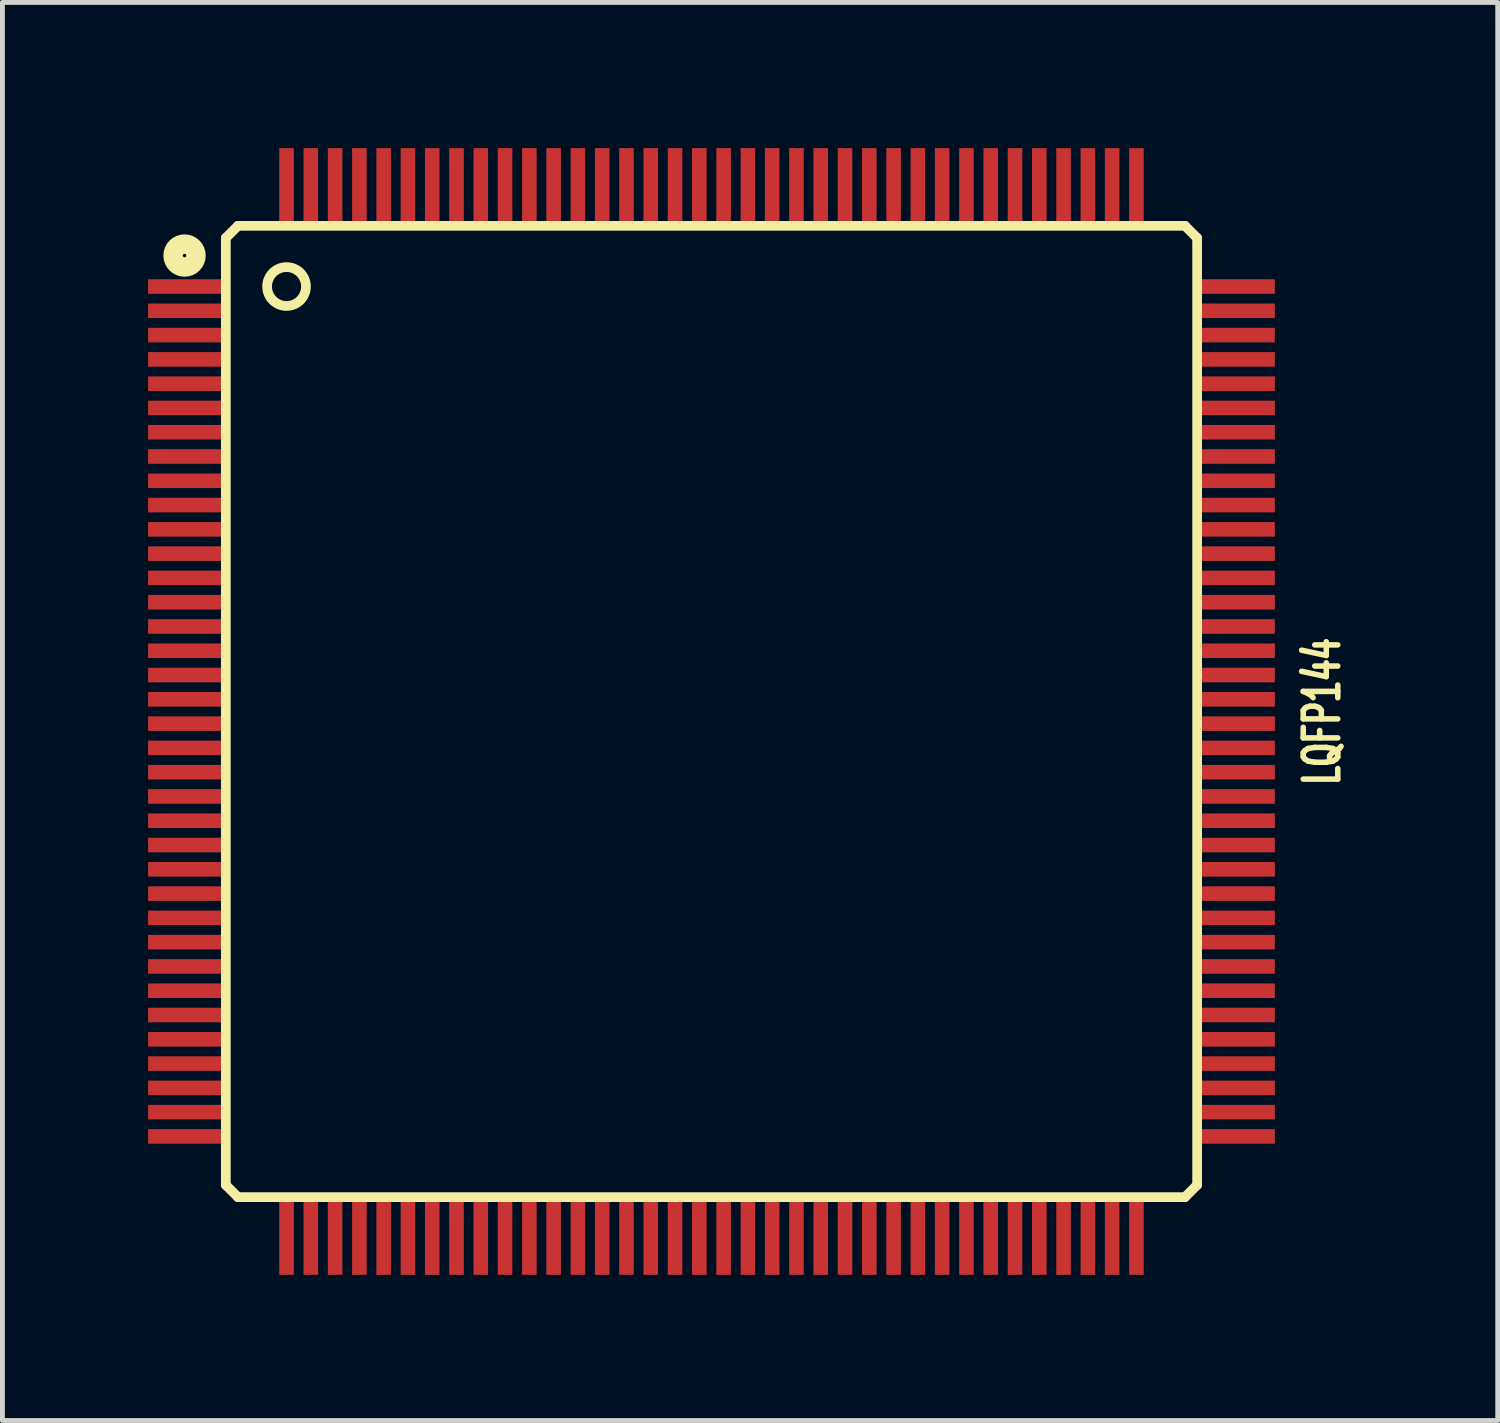
<source format=kicad_pcb>
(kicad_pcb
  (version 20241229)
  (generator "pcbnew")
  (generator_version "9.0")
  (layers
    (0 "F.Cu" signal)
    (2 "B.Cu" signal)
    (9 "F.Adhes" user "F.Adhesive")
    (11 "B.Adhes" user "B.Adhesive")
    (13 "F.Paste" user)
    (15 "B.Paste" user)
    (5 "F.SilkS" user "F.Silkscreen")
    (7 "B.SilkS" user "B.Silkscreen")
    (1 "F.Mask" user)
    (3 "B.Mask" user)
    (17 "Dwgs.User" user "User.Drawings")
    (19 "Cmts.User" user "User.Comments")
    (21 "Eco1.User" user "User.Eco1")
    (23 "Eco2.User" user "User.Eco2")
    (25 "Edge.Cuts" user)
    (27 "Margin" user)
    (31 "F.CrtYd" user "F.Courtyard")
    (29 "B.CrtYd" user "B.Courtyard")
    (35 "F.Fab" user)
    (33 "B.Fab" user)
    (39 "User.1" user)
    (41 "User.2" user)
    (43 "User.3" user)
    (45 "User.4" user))
  (footprint "LQFP144"
    (layer "F.Cu")
    (at 11.6 11.6)
    (property "Reference" "LQFP144" (at 12.573 0 90) (layer "F.SilkS") (effects (font (size 0.711 0.457) (thickness 0.114))))
    (attr through_hole)
    (fp_line (start -10 -9.75) (end -9.75 -10) (stroke (width 0.2) (type solid)) (layer "F.SilkS"))
    (fp_line (start -10 9.75) (end -10 -9.75) (stroke (width 0.2) (type solid)) (layer "F.SilkS"))
    (fp_line (start -9.75 -10) (end 9.75 -10) (stroke (width 0.2) (type solid)) (layer "F.SilkS"))
    (fp_line (start -9.75 10) (end -10 9.75) (stroke (width 0.2) (type solid)) (layer "F.SilkS"))
    (fp_line (start 9.75 -10) (end 10 -9.75) (stroke (width 0.2) (type solid)) (layer "F.SilkS"))
    (fp_line (start 9.75 10) (end -9.75 10) (stroke (width 0.2) (type solid)) (layer "F.SilkS"))
    (fp_line (start 10 -9.75) (end 10 9.75) (stroke (width 0.2) (type solid)) (layer "F.SilkS"))
    (fp_line (start 10 9.75) (end 9.75 10) (stroke (width 0.2) (type solid)) (layer "F.SilkS"))
    (fp_circle (center -10.85 -9.388) (end -10.85 -9.352) (stroke (width 0.4) (type solid)) (fill no) (layer "F.SilkS"))
    (fp_circle (center -8.75 -8.75) (end -8.35 -8.75) (stroke (width 0.2) (type solid)) (fill no) (layer "F.SilkS"))
    (pad "1" smd rect (at -10.85 -8.75) (size 1.5 0.3) (layers "F.Cu" "F.Mask" "F.Paste"))
    (pad "2" smd rect (at -10.85 -8.25) (size 1.5 0.3) (layers "F.Cu" "F.Mask" "F.Paste"))
    (pad "3" smd rect (at -10.85 -7.75) (size 1.5 0.3) (layers "F.Cu" "F.Mask" "F.Paste"))
    (pad "4" smd rect (at -10.85 -7.25) (size 1.5 0.3) (layers "F.Cu" "F.Mask" "F.Paste"))
    (pad "5" smd rect (at -10.85 -6.75) (size 1.5 0.3) (layers "F.Cu" "F.Mask" "F.Paste"))
    (pad "6" smd rect (at -10.85 -6.25) (size 1.5 0.3) (layers "F.Cu" "F.Mask" "F.Paste"))
    (pad "7" smd rect (at -10.85 -5.75) (size 1.5 0.3) (layers "F.Cu" "F.Mask" "F.Paste"))
    (pad "8" smd rect (at -10.85 -5.25) (size 1.5 0.3) (layers "F.Cu" "F.Mask" "F.Paste"))
    (pad "9" smd rect (at -10.85 -4.75) (size 1.5 0.3) (layers "F.Cu" "F.Mask" "F.Paste"))
    (pad "10" smd rect (at -10.85 -4.25) (size 1.5 0.3) (layers "F.Cu" "F.Mask" "F.Paste"))
    (pad "11" smd rect (at -10.85 -3.75) (size 1.5 0.3) (layers "F.Cu" "F.Mask" "F.Paste"))
    (pad "12" smd rect (at -10.85 -3.25) (size 1.5 0.3) (layers "F.Cu" "F.Mask" "F.Paste"))
    (pad "13" smd rect (at -10.85 -2.75) (size 1.5 0.3) (layers "F.Cu" "F.Mask" "F.Paste"))
    (pad "14" smd rect (at -10.85 -2.25) (size 1.5 0.3) (layers "F.Cu" "F.Mask" "F.Paste"))
    (pad "15" smd rect (at -10.85 -1.75) (size 1.5 0.3) (layers "F.Cu" "F.Mask" "F.Paste"))
    (pad "16" smd rect (at -10.85 -1.25) (size 1.5 0.3) (layers "F.Cu" "F.Mask" "F.Paste"))
    (pad "17" smd rect (at -10.85 -0.75) (size 1.5 0.3) (layers "F.Cu" "F.Mask" "F.Paste"))
    (pad "18" smd rect (at -10.85 -0.25) (size 1.5 0.3) (layers "F.Cu" "F.Mask" "F.Paste"))
    (pad "19" smd rect (at -10.85 0.25) (size 1.5 0.3) (layers "F.Cu" "F.Mask" "F.Paste"))
    (pad "20" smd rect (at -10.85 0.75) (size 1.5 0.3) (layers "F.Cu" "F.Mask" "F.Paste"))
    (pad "21" smd rect (at -10.85 1.25) (size 1.5 0.3) (layers "F.Cu" "F.Mask" "F.Paste"))
    (pad "22" smd rect (at -10.85 1.75) (size 1.5 0.3) (layers "F.Cu" "F.Mask" "F.Paste"))
    (pad "23" smd rect (at -10.85 2.25) (size 1.5 0.3) (layers "F.Cu" "F.Mask" "F.Paste"))
    (pad "24" smd rect (at -10.85 2.75) (size 1.5 0.3) (layers "F.Cu" "F.Mask" "F.Paste"))
    (pad "25" smd rect (at -10.85 3.25) (size 1.5 0.3) (layers "F.Cu" "F.Mask" "F.Paste"))
    (pad "26" smd rect (at -10.85 3.75) (size 1.5 0.3) (layers "F.Cu" "F.Mask" "F.Paste"))
    (pad "27" smd rect (at -10.85 4.25) (size 1.5 0.3) (layers "F.Cu" "F.Mask" "F.Paste"))
    (pad "28" smd rect (at -10.85 4.75) (size 1.5 0.3) (layers "F.Cu" "F.Mask" "F.Paste"))
    (pad "29" smd rect (at -10.85 5.25) (size 1.5 0.3) (layers "F.Cu" "F.Mask" "F.Paste"))
    (pad "30" smd rect (at -10.85 5.75) (size 1.5 0.3) (layers "F.Cu" "F.Mask" "F.Paste"))
    (pad "31" smd rect (at -10.85 6.25) (size 1.5 0.3) (layers "F.Cu" "F.Mask" "F.Paste"))
    (pad "32" smd rect (at -10.85 6.75) (size 1.5 0.3) (layers "F.Cu" "F.Mask" "F.Paste"))
    (pad "33" smd rect (at -10.85 7.25) (size 1.5 0.3) (layers "F.Cu" "F.Mask" "F.Paste"))
    (pad "34" smd rect (at -10.85 7.75) (size 1.5 0.3) (layers "F.Cu" "F.Mask" "F.Paste"))
    (pad "35" smd rect (at -10.85 8.25) (size 1.5 0.3) (layers "F.Cu" "F.Mask" "F.Paste"))
    (pad "36" smd rect (at -10.85 8.75) (size 1.5 0.3) (layers "F.Cu" "F.Mask" "F.Paste"))
    (pad "37" smd rect (at -8.75 10.85 90) (size 1.5 0.3) (layers "F.Cu" "F.Mask" "F.Paste"))
    (pad "38" smd rect (at -8.25 10.85 90) (size 1.5 0.3) (layers "F.Cu" "F.Mask" "F.Paste"))
    (pad "39" smd rect (at -7.75 10.85 90) (size 1.5 0.3) (layers "F.Cu" "F.Mask" "F.Paste"))
    (pad "40" smd rect (at -7.25 10.85 90) (size 1.5 0.3) (layers "F.Cu" "F.Mask" "F.Paste"))
    (pad "41" smd rect (at -6.75 10.85 90) (size 1.5 0.3) (layers "F.Cu" "F.Mask" "F.Paste"))
    (pad "42" smd rect (at -6.25 10.85 90) (size 1.5 0.3) (layers "F.Cu" "F.Mask" "F.Paste"))
    (pad "43" smd rect (at -5.75 10.85 90) (size 1.5 0.3) (layers "F.Cu" "F.Mask" "F.Paste"))
    (pad "44" smd rect (at -5.25 10.85 90) (size 1.5 0.3) (layers "F.Cu" "F.Mask" "F.Paste"))
    (pad "45" smd rect (at -4.75 10.85 90) (size 1.5 0.3) (layers "F.Cu" "F.Mask" "F.Paste"))
    (pad "46" smd rect (at -4.25 10.85 90) (size 1.5 0.3) (layers "F.Cu" "F.Mask" "F.Paste"))
    (pad "47" smd rect (at -3.75 10.85 90) (size 1.5 0.3) (layers "F.Cu" "F.Mask" "F.Paste"))
    (pad "48" smd rect (at -3.25 10.85 90) (size 1.5 0.3) (layers "F.Cu" "F.Mask" "F.Paste"))
    (pad "49" smd rect (at -2.75 10.85 90) (size 1.5 0.3) (layers "F.Cu" "F.Mask" "F.Paste"))
    (pad "50" smd rect (at -2.25 10.85 90) (size 1.5 0.3) (layers "F.Cu" "F.Mask" "F.Paste"))
    (pad "51" smd rect (at -1.75 10.85 90) (size 1.5 0.3) (layers "F.Cu" "F.Mask" "F.Paste"))
    (pad "52" smd rect (at -1.25 10.85 90) (size 1.5 0.3) (layers "F.Cu" "F.Mask" "F.Paste"))
    (pad "53" smd rect (at -0.75 10.85 90) (size 1.5 0.3) (layers "F.Cu" "F.Mask" "F.Paste"))
    (pad "54" smd rect (at -0.25 10.85 90) (size 1.5 0.3) (layers "F.Cu" "F.Mask" "F.Paste"))
    (pad "55" smd rect (at 0.25 10.85 90) (size 1.5 0.3) (layers "F.Cu" "F.Mask" "F.Paste"))
    (pad "56" smd rect (at 0.75 10.85 90) (size 1.5 0.3) (layers "F.Cu" "F.Mask" "F.Paste"))
    (pad "57" smd rect (at 1.25 10.85 90) (size 1.5 0.3) (layers "F.Cu" "F.Mask" "F.Paste"))
    (pad "58" smd rect (at 1.75 10.85 90) (size 1.5 0.3) (layers "F.Cu" "F.Mask" "F.Paste"))
    (pad "59" smd rect (at 2.25 10.85 90) (size 1.5 0.3) (layers "F.Cu" "F.Mask" "F.Paste"))
    (pad "60" smd rect (at 2.75 10.85 90) (size 1.5 0.3) (layers "F.Cu" "F.Mask" "F.Paste"))
    (pad "61" smd rect (at 3.25 10.85 90) (size 1.5 0.3) (layers "F.Cu" "F.Mask" "F.Paste"))
    (pad "62" smd rect (at 3.75 10.85 90) (size 1.5 0.3) (layers "F.Cu" "F.Mask" "F.Paste"))
    (pad "63" smd rect (at 4.25 10.85 90) (size 1.5 0.3) (layers "F.Cu" "F.Mask" "F.Paste"))
    (pad "64" smd rect (at 4.75 10.85 90) (size 1.5 0.3) (layers "F.Cu" "F.Mask" "F.Paste"))
    (pad "65" smd rect (at 5.25 10.85 90) (size 1.5 0.3) (layers "F.Cu" "F.Mask" "F.Paste"))
    (pad "66" smd rect (at 5.75 10.85 90) (size 1.5 0.3) (layers "F.Cu" "F.Mask" "F.Paste"))
    (pad "67" smd rect (at 6.25 10.85 90) (size 1.5 0.3) (layers "F.Cu" "F.Mask" "F.Paste"))
    (pad "68" smd rect (at 6.75 10.85 90) (size 1.5 0.3) (layers "F.Cu" "F.Mask" "F.Paste"))
    (pad "69" smd rect (at 7.25 10.85 90) (size 1.5 0.3) (layers "F.Cu" "F.Mask" "F.Paste"))
    (pad "70" smd rect (at 7.75 10.85 90) (size 1.5 0.3) (layers "F.Cu" "F.Mask" "F.Paste"))
    (pad "71" smd rect (at 8.25 10.85 90) (size 1.5 0.3) (layers "F.Cu" "F.Mask" "F.Paste"))
    (pad "72" smd rect (at 8.75 10.85 90) (size 1.5 0.3) (layers "F.Cu" "F.Mask" "F.Paste"))
    (pad "73" smd rect (at 10.85 8.75) (size 1.5 0.3) (layers "F.Cu" "F.Mask" "F.Paste"))
    (pad "74" smd rect (at 10.85 8.25) (size 1.5 0.3) (layers "F.Cu" "F.Mask" "F.Paste"))
    (pad "75" smd rect (at 10.85 7.75) (size 1.5 0.3) (layers "F.Cu" "F.Mask" "F.Paste"))
    (pad "76" smd rect (at 10.85 7.25) (size 1.5 0.3) (layers "F.Cu" "F.Mask" "F.Paste"))
    (pad "77" smd rect (at 10.85 6.75) (size 1.5 0.3) (layers "F.Cu" "F.Mask" "F.Paste"))
    (pad "78" smd rect (at 10.85 6.25) (size 1.5 0.3) (layers "F.Cu" "F.Mask" "F.Paste"))
    (pad "79" smd rect (at 10.85 5.75) (size 1.5 0.3) (layers "F.Cu" "F.Mask" "F.Paste"))
    (pad "80" smd rect (at 10.85 5.25) (size 1.5 0.3) (layers "F.Cu" "F.Mask" "F.Paste"))
    (pad "81" smd rect (at 10.85 4.75) (size 1.5 0.3) (layers "F.Cu" "F.Mask" "F.Paste"))
    (pad "82" smd rect (at 10.85 4.25) (size 1.5 0.3) (layers "F.Cu" "F.Mask" "F.Paste"))
    (pad "83" smd rect (at 10.85 3.75) (size 1.5 0.3) (layers "F.Cu" "F.Mask" "F.Paste"))
    (pad "84" smd rect (at 10.85 3.25) (size 1.5 0.3) (layers "F.Cu" "F.Mask" "F.Paste"))
    (pad "85" smd rect (at 10.85 2.75) (size 1.5 0.3) (layers "F.Cu" "F.Mask" "F.Paste"))
    (pad "86" smd rect (at 10.85 2.25) (size 1.5 0.3) (layers "F.Cu" "F.Mask" "F.Paste"))
    (pad "87" smd rect (at 10.85 1.75) (size 1.5 0.3) (layers "F.Cu" "F.Mask" "F.Paste"))
    (pad "88" smd rect (at 10.85 1.25) (size 1.5 0.3) (layers "F.Cu" "F.Mask" "F.Paste"))
    (pad "89" smd rect (at 10.85 0.75) (size 1.5 0.3) (layers "F.Cu" "F.Mask" "F.Paste"))
    (pad "90" smd rect (at 10.85 0.25) (size 1.5 0.3) (layers "F.Cu" "F.Mask" "F.Paste"))
    (pad "91" smd rect (at 10.85 -0.25) (size 1.5 0.3) (layers "F.Cu" "F.Mask" "F.Paste"))
    (pad "92" smd rect (at 10.85 -0.75) (size 1.5 0.3) (layers "F.Cu" "F.Mask" "F.Paste"))
    (pad "93" smd rect (at 10.85 -1.25) (size 1.5 0.3) (layers "F.Cu" "F.Mask" "F.Paste"))
    (pad "94" smd rect (at 10.85 -1.75) (size 1.5 0.3) (layers "F.Cu" "F.Mask" "F.Paste"))
    (pad "95" smd rect (at 10.85 -2.25) (size 1.5 0.3) (layers "F.Cu" "F.Mask" "F.Paste"))
    (pad "96" smd rect (at 10.85 -2.75) (size 1.5 0.3) (layers "F.Cu" "F.Mask" "F.Paste"))
    (pad "97" smd rect (at 10.85 -3.25) (size 1.5 0.3) (layers "F.Cu" "F.Mask" "F.Paste"))
    (pad "98" smd rect (at 10.85 -3.75) (size 1.5 0.3) (layers "F.Cu" "F.Mask" "F.Paste"))
    (pad "99" smd rect (at 10.85 -4.25) (size 1.5 0.3) (layers "F.Cu" "F.Mask" "F.Paste"))
    (pad "100" smd rect (at 10.85 -4.75) (size 1.5 0.3) (layers "F.Cu" "F.Mask" "F.Paste"))
    (pad "101" smd rect (at 10.85 -5.25) (size 1.5 0.3) (layers "F.Cu" "F.Mask" "F.Paste"))
    (pad "102" smd rect (at 10.85 -5.75) (size 1.5 0.3) (layers "F.Cu" "F.Mask" "F.Paste"))
    (pad "103" smd rect (at 10.85 -6.25) (size 1.5 0.3) (layers "F.Cu" "F.Mask" "F.Paste"))
    (pad "104" smd rect (at 10.85 -6.75) (size 1.5 0.3) (layers "F.Cu" "F.Mask" "F.Paste"))
    (pad "105" smd rect (at 10.85 -7.25) (size 1.5 0.3) (layers "F.Cu" "F.Mask" "F.Paste"))
    (pad "106" smd rect (at 10.85 -7.75) (size 1.5 0.3) (layers "F.Cu" "F.Mask" "F.Paste"))
    (pad "107" smd rect (at 10.85 -8.25) (size 1.5 0.3) (layers "F.Cu" "F.Mask" "F.Paste"))
    (pad "108" smd rect (at 10.85 -8.75) (size 1.5 0.3) (layers "F.Cu" "F.Mask" "F.Paste"))
    (pad "109" smd rect (at 8.75 -10.85 90) (size 1.5 0.3) (layers "F.Cu" "F.Mask" "F.Paste"))
    (pad "110" smd rect (at 8.25 -10.85 90) (size 1.5 0.3) (layers "F.Cu" "F.Mask" "F.Paste"))
    (pad "111" smd rect (at 7.75 -10.85 90) (size 1.5 0.3) (layers "F.Cu" "F.Mask" "F.Paste"))
    (pad "112" smd rect (at 7.25 -10.85 90) (size 1.5 0.3) (layers "F.Cu" "F.Mask" "F.Paste"))
    (pad "113" smd rect (at 6.75 -10.85 90) (size 1.5 0.3) (layers "F.Cu" "F.Mask" "F.Paste"))
    (pad "114" smd rect (at 6.25 -10.85 90) (size 1.5 0.3) (layers "F.Cu" "F.Mask" "F.Paste"))
    (pad "115" smd rect (at 5.75 -10.85 90) (size 1.5 0.3) (layers "F.Cu" "F.Mask" "F.Paste"))
    (pad "116" smd rect (at 5.25 -10.85 90) (size 1.5 0.3) (layers "F.Cu" "F.Mask" "F.Paste"))
    (pad "117" smd rect (at 4.75 -10.85 90) (size 1.5 0.3) (layers "F.Cu" "F.Mask" "F.Paste"))
    (pad "118" smd rect (at 4.25 -10.85 90) (size 1.5 0.3) (layers "F.Cu" "F.Mask" "F.Paste"))
    (pad "119" smd rect (at 3.75 -10.85 90) (size 1.5 0.3) (layers "F.Cu" "F.Mask" "F.Paste"))
    (pad "120" smd rect (at 3.25 -10.85 90) (size 1.5 0.3) (layers "F.Cu" "F.Mask" "F.Paste"))
    (pad "121" smd rect (at 2.75 -10.85 90) (size 1.5 0.3) (layers "F.Cu" "F.Mask" "F.Paste"))
    (pad "122" smd rect (at 2.25 -10.85 90) (size 1.5 0.3) (layers "F.Cu" "F.Mask" "F.Paste"))
    (pad "123" smd rect (at 1.75 -10.85 90) (size 1.5 0.3) (layers "F.Cu" "F.Mask" "F.Paste"))
    (pad "124" smd rect (at 1.25 -10.85 90) (size 1.5 0.3) (layers "F.Cu" "F.Mask" "F.Paste"))
    (pad "125" smd rect (at 0.75 -10.85 90) (size 1.5 0.3) (layers "F.Cu" "F.Mask" "F.Paste"))
    (pad "126" smd rect (at 0.25 -10.85 90) (size 1.5 0.3) (layers "F.Cu" "F.Mask" "F.Paste"))
    (pad "127" smd rect (at -0.25 -10.85 90) (size 1.5 0.3) (layers "F.Cu" "F.Mask" "F.Paste"))
    (pad "128" smd rect (at -0.75 -10.85 90) (size 1.5 0.3) (layers "F.Cu" "F.Mask" "F.Paste"))
    (pad "129" smd rect (at -1.25 -10.85 90) (size 1.5 0.3) (layers "F.Cu" "F.Mask" "F.Paste"))
    (pad "130" smd rect (at -1.75 -10.85 90) (size 1.5 0.3) (layers "F.Cu" "F.Mask" "F.Paste"))
    (pad "131" smd rect (at -2.25 -10.85 90) (size 1.5 0.3) (layers "F.Cu" "F.Mask" "F.Paste"))
    (pad "132" smd rect (at -2.75 -10.85 90) (size 1.5 0.3) (layers "F.Cu" "F.Mask" "F.Paste"))
    (pad "133" smd rect (at -3.25 -10.85 90) (size 1.5 0.3) (layers "F.Cu" "F.Mask" "F.Paste"))
    (pad "134" smd rect (at -3.75 -10.85 90) (size 1.5 0.3) (layers "F.Cu" "F.Mask" "F.Paste"))
    (pad "135" smd rect (at -4.25 -10.85 90) (size 1.5 0.3) (layers "F.Cu" "F.Mask" "F.Paste"))
    (pad "136" smd rect (at -4.75 -10.85 90) (size 1.5 0.3) (layers "F.Cu" "F.Mask" "F.Paste"))
    (pad "137" smd rect (at -5.25 -10.85 90) (size 1.5 0.3) (layers "F.Cu" "F.Mask" "F.Paste"))
    (pad "138" smd rect (at -5.75 -10.85 90) (size 1.5 0.3) (layers "F.Cu" "F.Mask" "F.Paste"))
    (pad "139" smd rect (at -6.25 -10.85 90) (size 1.5 0.3) (layers "F.Cu" "F.Mask" "F.Paste"))
    (pad "140" smd rect (at -6.75 -10.85 90) (size 1.5 0.3) (layers "F.Cu" "F.Mask" "F.Paste"))
    (pad "141" smd rect (at -7.25 -10.85 90) (size 1.5 0.3) (layers "F.Cu" "F.Mask" "F.Paste"))
    (pad "142" smd rect (at -7.75 -10.85 90) (size 1.5 0.3) (layers "F.Cu" "F.Mask" "F.Paste"))
    (pad "143" smd rect (at -8.25 -10.85 90) (size 1.5 0.3) (layers "F.Cu" "F.Mask" "F.Paste"))
    (pad "144" smd rect (at -8.75 -10.85 90) (size 1.5 0.3) (layers "F.Cu" "F.Mask" "F.Paste")))
  (gr_rect
    (start -3 -3)
    (end 27.79 26.2)
    (stroke (width 0.1) (type default))
    (fill no)
    (layer "Edge.Cuts")))
</source>
